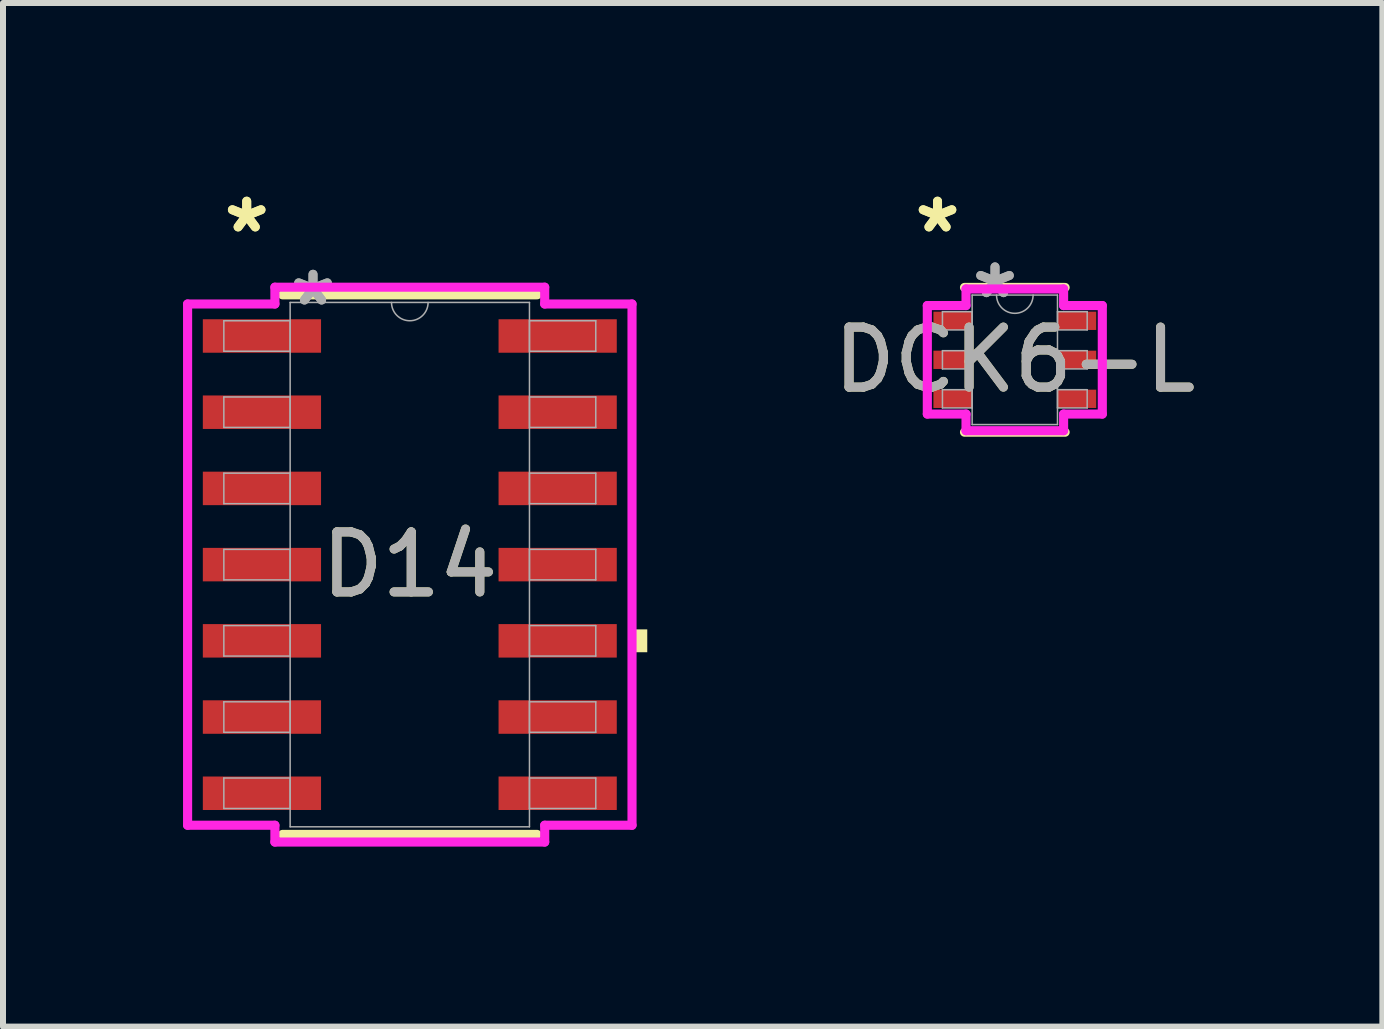
<source format=kicad_pcb>
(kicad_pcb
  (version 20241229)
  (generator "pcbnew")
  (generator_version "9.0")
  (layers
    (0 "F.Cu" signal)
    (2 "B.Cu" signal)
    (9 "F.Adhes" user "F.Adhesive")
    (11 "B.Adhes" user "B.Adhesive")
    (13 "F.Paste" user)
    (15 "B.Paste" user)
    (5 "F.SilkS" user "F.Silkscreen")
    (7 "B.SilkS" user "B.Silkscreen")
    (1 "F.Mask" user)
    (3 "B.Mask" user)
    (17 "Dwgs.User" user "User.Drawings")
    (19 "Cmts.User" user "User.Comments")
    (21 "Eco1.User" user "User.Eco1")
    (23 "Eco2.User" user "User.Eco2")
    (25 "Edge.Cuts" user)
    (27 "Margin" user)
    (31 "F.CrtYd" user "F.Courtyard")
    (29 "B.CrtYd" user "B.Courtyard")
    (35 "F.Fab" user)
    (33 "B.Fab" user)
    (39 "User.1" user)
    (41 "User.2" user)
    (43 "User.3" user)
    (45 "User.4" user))
  (footprint "D14"
    (layer "F.Cu")
    (at 3.779 6.359)
    (property "Reference" "D14" (at 0 0 0) (unlocked yes) (layer "F.SilkS") (effects (font (size 1 1) (thickness 0.15))))
    (attr smd)
    (fp_line (start -2.121 4.496) (end 2.121 4.496) (stroke (width 0.152) (type solid)) (layer "F.SilkS"))
    (fp_line (start 2.121 -4.496) (end -2.121 -4.496) (stroke (width 0.152) (type solid)) (layer "F.SilkS"))
    (fp_poly (pts (xy 3.957 1.079) (xy 3.957 1.46) (xy 3.703 1.46) (xy 3.703 1.079)) (stroke (width 0) (type solid)) (fill yes) (layer "F.SilkS"))
    (fp_line (start -3.703 -4.343) (end -2.248 -4.343) (stroke (width 0.152) (type solid)) (layer "F.CrtYd"))
    (fp_line (start -3.703 4.343) (end -3.703 -4.343) (stroke (width 0.152) (type solid)) (layer "F.CrtYd"))
    (fp_line (start -3.703 4.343) (end -2.248 4.343) (stroke (width 0.152) (type solid)) (layer "F.CrtYd"))
    (fp_line (start -2.248 -4.623) (end 2.248 -4.623) (stroke (width 0.152) (type solid)) (layer "F.CrtYd"))
    (fp_line (start -2.248 -4.343) (end -2.248 -4.623) (stroke (width 0.152) (type solid)) (layer "F.CrtYd"))
    (fp_line (start -2.248 4.623) (end -2.248 4.343) (stroke (width 0.152) (type solid)) (layer "F.CrtYd"))
    (fp_line (start 2.248 -4.623) (end 2.248 -4.343) (stroke (width 0.152) (type solid)) (layer "F.CrtYd"))
    (fp_line (start 2.248 4.343) (end 2.248 4.623) (stroke (width 0.152) (type solid)) (layer "F.CrtYd"))
    (fp_line (start 2.248 4.623) (end -2.248 4.623) (stroke (width 0.152) (type solid)) (layer "F.CrtYd"))
    (fp_line (start 3.703 -4.343) (end 2.248 -4.343) (stroke (width 0.152) (type solid)) (layer "F.CrtYd"))
    (fp_line (start 3.703 -4.343) (end 3.703 4.343) (stroke (width 0.152) (type solid)) (layer "F.CrtYd"))
    (fp_line (start 3.703 4.343) (end 2.248 4.343) (stroke (width 0.152) (type solid)) (layer "F.CrtYd"))
    (fp_line (start -3.099 -4.064) (end -3.099 -3.556) (stroke (width 0.025) (type solid)) (layer "F.Fab"))
    (fp_line (start -3.099 -3.556) (end -1.994 -3.556) (stroke (width 0.025) (type solid)) (layer "F.Fab"))
    (fp_line (start -3.099 -2.794) (end -3.099 -2.286) (stroke (width 0.025) (type solid)) (layer "F.Fab"))
    (fp_line (start -3.099 -2.286) (end -1.994 -2.286) (stroke (width 0.025) (type solid)) (layer "F.Fab"))
    (fp_line (start -3.099 -1.524) (end -3.099 -1.016) (stroke (width 0.025) (type solid)) (layer "F.Fab"))
    (fp_line (start -3.099 -1.016) (end -1.994 -1.016) (stroke (width 0.025) (type solid)) (layer "F.Fab"))
    (fp_line (start -3.099 -0.254) (end -3.099 0.254) (stroke (width 0.025) (type solid)) (layer "F.Fab"))
    (fp_line (start -3.099 0.254) (end -1.994 0.254) (stroke (width 0.025) (type solid)) (layer "F.Fab"))
    (fp_line (start -3.099 1.016) (end -3.099 1.524) (stroke (width 0.025) (type solid)) (layer "F.Fab"))
    (fp_line (start -3.099 1.524) (end -1.994 1.524) (stroke (width 0.025) (type solid)) (layer "F.Fab"))
    (fp_line (start -3.099 2.286) (end -3.099 2.794) (stroke (width 0.025) (type solid)) (layer "F.Fab"))
    (fp_line (start -3.099 2.794) (end -1.994 2.794) (stroke (width 0.025) (type solid)) (layer "F.Fab"))
    (fp_line (start -3.099 3.556) (end -3.099 4.064) (stroke (width 0.025) (type solid)) (layer "F.Fab"))
    (fp_line (start -3.099 4.064) (end -1.994 4.064) (stroke (width 0.025) (type solid)) (layer "F.Fab"))
    (fp_line (start -1.994 -4.369) (end -1.994 4.369) (stroke (width 0.025) (type solid)) (layer "F.Fab"))
    (fp_line (start -1.994 -4.064) (end -3.099 -4.064) (stroke (width 0.025) (type solid)) (layer "F.Fab"))
    (fp_line (start -1.994 -3.556) (end -1.994 -4.064) (stroke (width 0.025) (type solid)) (layer "F.Fab"))
    (fp_line (start -1.994 -2.794) (end -3.099 -2.794) (stroke (width 0.025) (type solid)) (layer "F.Fab"))
    (fp_line (start -1.994 -2.286) (end -1.994 -2.794) (stroke (width 0.025) (type solid)) (layer "F.Fab"))
    (fp_line (start -1.994 -1.524) (end -3.099 -1.524) (stroke (width 0.025) (type solid)) (layer "F.Fab"))
    (fp_line (start -1.994 -1.016) (end -1.994 -1.524) (stroke (width 0.025) (type solid)) (layer "F.Fab"))
    (fp_line (start -1.994 -0.254) (end -3.099 -0.254) (stroke (width 0.025) (type solid)) (layer "F.Fab"))
    (fp_line (start -1.994 0.254) (end -1.994 -0.254) (stroke (width 0.025) (type solid)) (layer "F.Fab"))
    (fp_line (start -1.994 1.016) (end -3.099 1.016) (stroke (width 0.025) (type solid)) (layer "F.Fab"))
    (fp_line (start -1.994 1.524) (end -1.994 1.016) (stroke (width 0.025) (type solid)) (layer "F.Fab"))
    (fp_line (start -1.994 2.286) (end -3.099 2.286) (stroke (width 0.025) (type solid)) (layer "F.Fab"))
    (fp_line (start -1.994 2.794) (end -1.994 2.286) (stroke (width 0.025) (type solid)) (layer "F.Fab"))
    (fp_line (start -1.994 3.556) (end -3.099 3.556) (stroke (width 0.025) (type solid)) (layer "F.Fab"))
    (fp_line (start -1.994 4.064) (end -1.994 3.556) (stroke (width 0.025) (type solid)) (layer "F.Fab"))
    (fp_line (start -1.994 4.369) (end 1.994 4.369) (stroke (width 0.025) (type solid)) (layer "F.Fab"))
    (fp_line (start 1.994 -4.369) (end -1.994 -4.369) (stroke (width 0.025) (type solid)) (layer "F.Fab"))
    (fp_line (start 1.994 -4.064) (end 1.994 -3.556) (stroke (width 0.025) (type solid)) (layer "F.Fab"))
    (fp_line (start 1.994 -3.556) (end 3.099 -3.556) (stroke (width 0.025) (type solid)) (layer "F.Fab"))
    (fp_line (start 1.994 -2.794) (end 1.994 -2.286) (stroke (width 0.025) (type solid)) (layer "F.Fab"))
    (fp_line (start 1.994 -2.286) (end 3.099 -2.286) (stroke (width 0.025) (type solid)) (layer "F.Fab"))
    (fp_line (start 1.994 -1.524) (end 1.994 -1.016) (stroke (width 0.025) (type solid)) (layer "F.Fab"))
    (fp_line (start 1.994 -1.016) (end 3.099 -1.016) (stroke (width 0.025) (type solid)) (layer "F.Fab"))
    (fp_line (start 1.994 -0.254) (end 1.994 0.254) (stroke (width 0.025) (type solid)) (layer "F.Fab"))
    (fp_line (start 1.994 0.254) (end 3.099 0.254) (stroke (width 0.025) (type solid)) (layer "F.Fab"))
    (fp_line (start 1.994 1.016) (end 1.994 1.524) (stroke (width 0.025) (type solid)) (layer "F.Fab"))
    (fp_line (start 1.994 1.524) (end 3.099 1.524) (stroke (width 0.025) (type solid)) (layer "F.Fab"))
    (fp_line (start 1.994 2.286) (end 1.994 2.794) (stroke (width 0.025) (type solid)) (layer "F.Fab"))
    (fp_line (start 1.994 2.794) (end 3.099 2.794) (stroke (width 0.025) (type solid)) (layer "F.Fab"))
    (fp_line (start 1.994 3.556) (end 1.994 4.064) (stroke (width 0.025) (type solid)) (layer "F.Fab"))
    (fp_line (start 1.994 4.064) (end 3.099 4.064) (stroke (width 0.025) (type solid)) (layer "F.Fab"))
    (fp_line (start 1.994 4.369) (end 1.994 -4.369) (stroke (width 0.025) (type solid)) (layer "F.Fab"))
    (fp_line (start 3.099 -4.064) (end 1.994 -4.064) (stroke (width 0.025) (type solid)) (layer "F.Fab"))
    (fp_line (start 3.099 -3.556) (end 3.099 -4.064) (stroke (width 0.025) (type solid)) (layer "F.Fab"))
    (fp_line (start 3.099 -2.794) (end 1.994 -2.794) (stroke (width 0.025) (type solid)) (layer "F.Fab"))
    (fp_line (start 3.099 -2.286) (end 3.099 -2.794) (stroke (width 0.025) (type solid)) (layer "F.Fab"))
    (fp_line (start 3.099 -1.524) (end 1.994 -1.524) (stroke (width 0.025) (type solid)) (layer "F.Fab"))
    (fp_line (start 3.099 -1.016) (end 3.099 -1.524) (stroke (width 0.025) (type solid)) (layer "F.Fab"))
    (fp_line (start 3.099 -0.254) (end 1.994 -0.254) (stroke (width 0.025) (type solid)) (layer "F.Fab"))
    (fp_line (start 3.099 0.254) (end 3.099 -0.254) (stroke (width 0.025) (type solid)) (layer "F.Fab"))
    (fp_line (start 3.099 1.016) (end 1.994 1.016) (stroke (width 0.025) (type solid)) (layer "F.Fab"))
    (fp_line (start 3.099 1.524) (end 3.099 1.016) (stroke (width 0.025) (type solid)) (layer "F.Fab"))
    (fp_line (start 3.099 2.286) (end 1.994 2.286) (stroke (width 0.025) (type solid)) (layer "F.Fab"))
    (fp_line (start 3.099 2.794) (end 3.099 2.286) (stroke (width 0.025) (type solid)) (layer "F.Fab"))
    (fp_line (start 3.099 3.556) (end 1.994 3.556) (stroke (width 0.025) (type solid)) (layer "F.Fab"))
    (fp_line (start 3.099 4.064) (end 3.099 3.556) (stroke (width 0.025) (type solid)) (layer "F.Fab"))
    (fp_arc (start 0.3048 -4.3688) (mid 0 -4.064) (end -0.3048 -4.3688) (stroke (width 0.0254) (type solid)) (layer "F.Fab"))
    (fp_text user "*" (at -2.718 -5.511 0) (layer "F.SilkS") (effects (font (size 1 1) (thickness 0.15))))
    (fp_text user "*" (at -2.718 -5.511 0) (unlocked yes) (layer "F.SilkS") (effects (font (size 1 1) (thickness 0.15))))
    (fp_text user "${REFERENCE}" (at 0 0 0) (unlocked yes) (layer "F.Fab") (effects (font (size 1 1) (thickness 0.15))))
    (fp_text user "*" (at -1.613 -4.293 0) (layer "F.Fab") (effects (font (size 1 1) (thickness 0.15))))
    (fp_text user "*" (at -1.613 -4.293 0) (unlocked yes) (layer "F.Fab") (effects (font (size 1 1) (thickness 0.15))))
    (pad "1" smd rect (at -2.464 -3.81) (size 1.97 0.558) (layers "F.Cu" "F.Mask" "F.Paste"))
    (pad "2" smd rect (at -2.464 -2.54) (size 1.97 0.558) (layers "F.Cu" "F.Mask" "F.Paste"))
    (pad "3" smd rect (at -2.464 -1.27) (size 1.97 0.558) (layers "F.Cu" "F.Mask" "F.Paste"))
    (pad "4" smd rect (at -2.464 0) (size 1.97 0.558) (layers "F.Cu" "F.Mask" "F.Paste"))
    (pad "5" smd rect (at -2.464 1.27) (size 1.97 0.558) (layers "F.Cu" "F.Mask" "F.Paste"))
    (pad "6" smd rect (at -2.464 2.54) (size 1.97 0.558) (layers "F.Cu" "F.Mask" "F.Paste"))
    (pad "7" smd rect (at -2.464 3.81) (size 1.97 0.558) (layers "F.Cu" "F.Mask" "F.Paste"))
    (pad "8" smd rect (at 2.464 3.81) (size 1.97 0.558) (layers "F.Cu" "F.Mask" "F.Paste"))
    (pad "9" smd rect (at 2.464 2.54) (size 1.97 0.558) (layers "F.Cu" "F.Mask" "F.Paste"))
    (pad "10" smd rect (at 2.464 1.27) (size 1.97 0.558) (layers "F.Cu" "F.Mask" "F.Paste"))
    (pad "11" smd rect (at 2.464 0) (size 1.97 0.558) (layers "F.Cu" "F.Mask" "F.Paste"))
    (pad "12" smd rect (at 2.464 -1.27) (size 1.97 0.558) (layers "F.Cu" "F.Mask" "F.Paste"))
    (pad "13" smd rect (at 2.464 -2.54) (size 1.97 0.558) (layers "F.Cu" "F.Mask" "F.Paste"))
    (pad "14" smd rect (at 2.464 -3.81) (size 1.97 0.558) (layers "F.Cu" "F.Mask" "F.Paste")))
  (footprint "DCK6-L"
    (layer "F.Cu")
    (at 13.861 2.946)
    (property "Reference" "DCK6-L" (at 0 0 0) (unlocked yes) (layer "F.SilkS") (effects (font (size 1 1) (thickness 0.15))))
    (attr smd)
    (fp_line (start -0.838 1.206) (end 0.838 1.206) (stroke (width 0.152) (type solid)) (layer "F.SilkS"))
    (fp_line (start 0.838 -1.206) (end -0.838 -1.206) (stroke (width 0.152) (type solid)) (layer "F.SilkS"))
    (fp_line (start -1.458 -0.904) (end -0.813 -0.904) (stroke (width 0.152) (type solid)) (layer "F.CrtYd"))
    (fp_line (start -1.458 0.904) (end -1.458 -0.904) (stroke (width 0.152) (type solid)) (layer "F.CrtYd"))
    (fp_line (start -1.458 0.904) (end -0.813 0.904) (stroke (width 0.152) (type solid)) (layer "F.CrtYd"))
    (fp_line (start -0.813 -1.181) (end 0.813 -1.181) (stroke (width 0.152) (type solid)) (layer "F.CrtYd"))
    (fp_line (start -0.813 -0.904) (end -0.813 -1.181) (stroke (width 0.152) (type solid)) (layer "F.CrtYd"))
    (fp_line (start -0.813 1.181) (end -0.813 0.904) (stroke (width 0.152) (type solid)) (layer "F.CrtYd"))
    (fp_line (start 0.813 -1.181) (end 0.813 -0.904) (stroke (width 0.152) (type solid)) (layer "F.CrtYd"))
    (fp_line (start 0.813 0.904) (end 0.813 1.181) (stroke (width 0.152) (type solid)) (layer "F.CrtYd"))
    (fp_line (start 0.813 1.181) (end -0.813 1.181) (stroke (width 0.152) (type solid)) (layer "F.CrtYd"))
    (fp_line (start 1.458 -0.904) (end 0.813 -0.904) (stroke (width 0.152) (type solid)) (layer "F.CrtYd"))
    (fp_line (start 1.458 -0.904) (end 1.458 0.904) (stroke (width 0.152) (type solid)) (layer "F.CrtYd"))
    (fp_line (start 1.458 0.904) (end 0.813 0.904) (stroke (width 0.152) (type solid)) (layer "F.CrtYd"))
    (fp_line (start -1.206 -0.802) (end -1.206 -0.498) (stroke (width 0.025) (type solid)) (layer "F.Fab"))
    (fp_line (start -1.206 -0.498) (end -0.711 -0.498) (stroke (width 0.025) (type solid)) (layer "F.Fab"))
    (fp_line (start -1.206 -0.152) (end -1.206 0.152) (stroke (width 0.025) (type solid)) (layer "F.Fab"))
    (fp_line (start -1.206 0.152) (end -0.711 0.152) (stroke (width 0.025) (type solid)) (layer "F.Fab"))
    (fp_line (start -1.206 0.498) (end -1.206 0.802) (stroke (width 0.025) (type solid)) (layer "F.Fab"))
    (fp_line (start -1.206 0.802) (end -0.711 0.802) (stroke (width 0.025) (type solid)) (layer "F.Fab"))
    (fp_line (start -0.711 -1.079) (end -0.711 1.079) (stroke (width 0.025) (type solid)) (layer "F.Fab"))
    (fp_line (start -0.711 -0.802) (end -1.206 -0.802) (stroke (width 0.025) (type solid)) (layer "F.Fab"))
    (fp_line (start -0.711 -0.498) (end -0.711 -0.802) (stroke (width 0.025) (type solid)) (layer "F.Fab"))
    (fp_line (start -0.711 -0.152) (end -1.206 -0.152) (stroke (width 0.025) (type solid)) (layer "F.Fab"))
    (fp_line (start -0.711 0.152) (end -0.711 -0.152) (stroke (width 0.025) (type solid)) (layer "F.Fab"))
    (fp_line (start -0.711 0.498) (end -1.206 0.498) (stroke (width 0.025) (type solid)) (layer "F.Fab"))
    (fp_line (start -0.711 0.802) (end -0.711 0.498) (stroke (width 0.025) (type solid)) (layer "F.Fab"))
    (fp_line (start -0.711 1.079) (end 0.711 1.079) (stroke (width 0.025) (type solid)) (layer "F.Fab"))
    (fp_line (start 0.711 -1.079) (end -0.711 -1.079) (stroke (width 0.025) (type solid)) (layer "F.Fab"))
    (fp_line (start 0.711 -0.802) (end 0.711 -0.498) (stroke (width 0.025) (type solid)) (layer "F.Fab"))
    (fp_line (start 0.711 -0.498) (end 1.206 -0.498) (stroke (width 0.025) (type solid)) (layer "F.Fab"))
    (fp_line (start 0.711 -0.152) (end 0.711 0.152) (stroke (width 0.025) (type solid)) (layer "F.Fab"))
    (fp_line (start 0.711 0.152) (end 1.206 0.152) (stroke (width 0.025) (type solid)) (layer "F.Fab"))
    (fp_line (start 0.711 0.498) (end 0.711 0.802) (stroke (width 0.025) (type solid)) (layer "F.Fab"))
    (fp_line (start 0.711 0.802) (end 1.206 0.802) (stroke (width 0.025) (type solid)) (layer "F.Fab"))
    (fp_line (start 0.711 1.079) (end 0.711 -1.079) (stroke (width 0.025) (type solid)) (layer "F.Fab"))
    (fp_line (start 1.206 -0.802) (end 0.711 -0.802) (stroke (width 0.025) (type solid)) (layer "F.Fab"))
    (fp_line (start 1.206 -0.498) (end 1.206 -0.802) (stroke (width 0.025) (type solid)) (layer "F.Fab"))
    (fp_line (start 1.206 -0.152) (end 0.711 -0.152) (stroke (width 0.025) (type solid)) (layer "F.Fab"))
    (fp_line (start 1.206 0.152) (end 1.206 -0.152) (stroke (width 0.025) (type solid)) (layer "F.Fab"))
    (fp_line (start 1.206 0.498) (end 0.711 0.498) (stroke (width 0.025) (type solid)) (layer "F.Fab"))
    (fp_line (start 1.206 0.802) (end 1.206 0.498) (stroke (width 0.025) (type solid)) (layer "F.Fab"))
    (fp_arc (start 0.3048 -1.0795) (mid 0 -0.7747) (end -0.3048 -1.0795) (stroke (width 0.0254) (type solid)) (layer "F.Fab"))
    (fp_text user "*" (at -1.288 -2.098 0) (layer "F.SilkS") (effects (font (size 1 1) (thickness 0.15))))
    (fp_text user "*" (at -1.288 -2.098 0) (unlocked yes) (layer "F.SilkS") (effects (font (size 1 1) (thickness 0.15))))
    (fp_text user "*" (at -0.33 -1.003 0) (layer "F.Fab") (effects (font (size 1 1) (thickness 0.15))))
    (fp_text user "${REFERENCE}" (at 0 0 0) (unlocked yes) (layer "F.Fab") (effects (font (size 1 1) (thickness 0.15))))
    (fp_text user "*" (at -0.33 -1.003 0) (unlocked yes) (layer "F.Fab") (effects (font (size 1 1) (thickness 0.15))))
    (pad "1" smd rect (at -1.034 -0.65) (size 0.645 0.305) (layers "F.Cu" "F.Mask" "F.Paste"))
    (pad "2" smd rect (at -1.034 0) (size 0.645 0.305) (layers "F.Cu" "F.Mask" "F.Paste"))
    (pad "3" smd rect (at -1.034 0.65) (size 0.645 0.305) (layers "F.Cu" "F.Mask" "F.Paste"))
    (pad "4" smd rect (at 1.034 0.65) (size 0.645 0.305) (layers "F.Cu" "F.Mask" "F.Paste"))
    (pad "5" smd rect (at 1.034 0) (size 0.645 0.305) (layers "F.Cu" "F.Mask" "F.Paste"))
    (pad "6" smd rect (at 1.034 -0.65) (size 0.645 0.305) (layers "F.Cu" "F.Mask" "F.Paste")))
  (gr_rect
    (start -3 -3)
    (end 19.986 14.058)
    (stroke (width 0.1) (type default))
    (fill no)
    (layer "Edge.Cuts")))
</source>
